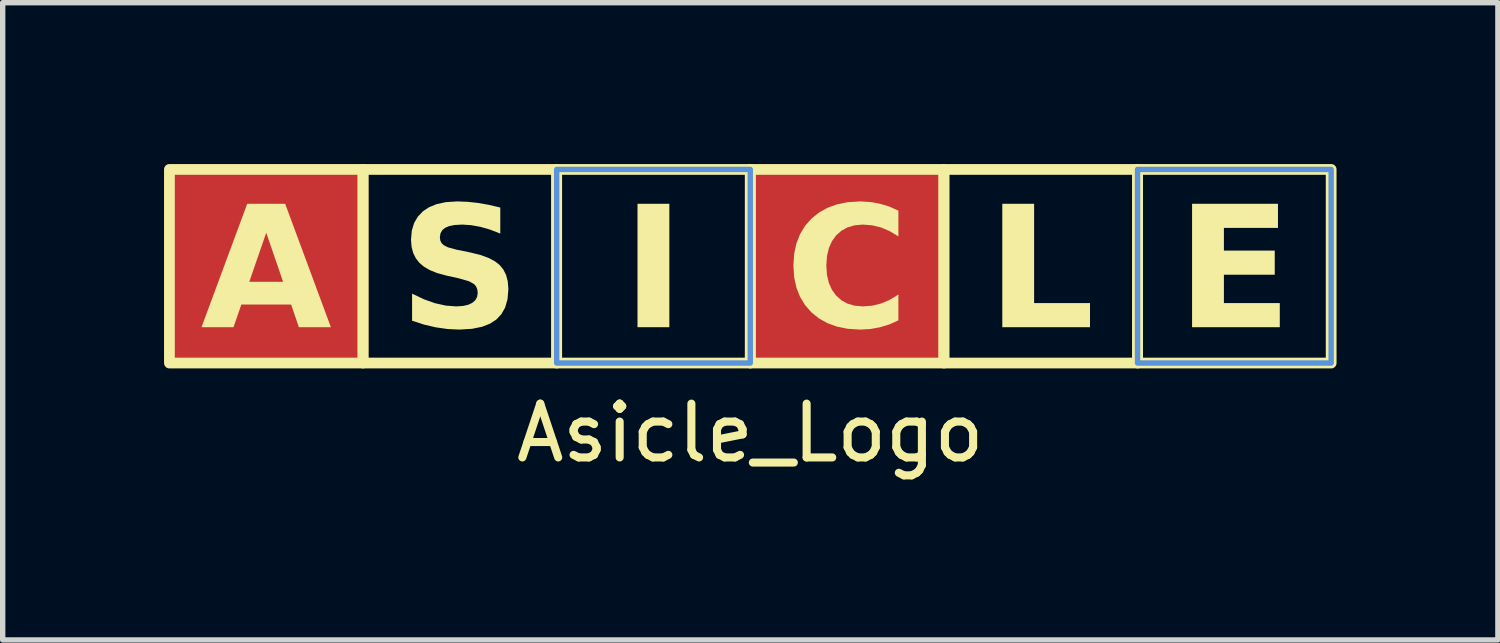
<source format=kicad_pcb>
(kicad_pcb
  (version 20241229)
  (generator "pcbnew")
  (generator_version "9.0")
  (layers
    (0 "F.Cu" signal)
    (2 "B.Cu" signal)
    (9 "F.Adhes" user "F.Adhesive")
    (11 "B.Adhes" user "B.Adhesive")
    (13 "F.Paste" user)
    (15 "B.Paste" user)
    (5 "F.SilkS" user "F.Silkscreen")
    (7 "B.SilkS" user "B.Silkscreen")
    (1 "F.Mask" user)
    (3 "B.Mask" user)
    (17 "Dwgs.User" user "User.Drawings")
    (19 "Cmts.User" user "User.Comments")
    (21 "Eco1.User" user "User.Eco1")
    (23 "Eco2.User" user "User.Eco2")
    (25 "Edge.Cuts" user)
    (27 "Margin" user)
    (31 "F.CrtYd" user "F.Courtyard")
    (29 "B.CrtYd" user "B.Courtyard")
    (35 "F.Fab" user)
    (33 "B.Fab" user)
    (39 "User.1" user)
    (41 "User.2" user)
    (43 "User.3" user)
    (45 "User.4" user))
  (footprint "Asicle_Logo"
    (layer "F.Cu")
    (at 10.9 2)
    (property "Reference" "Asicle_Logo" (at 0 3 0) (layer "F.SilkS") (effects (font (size 1 1) (thickness 0.15))))
    (fp_rect (start -10.8 -1.9) (end -7.2 1.7) (stroke (width 0) (type solid)) (fill yes) (layer "F.Cu"))
    (fp_rect (start -10.8 -1.9) (end 10.8 1.7) (stroke (width 0.05) (type default)) (fill no) (layer "F.Cu"))
    (fp_rect (start 0 -1.9) (end 3.6 1.7) (stroke (width 0) (type solid)) (fill yes) (layer "F.Cu"))
    (fp_rect (start -7.2 -1.9) (end -3.6 1.7) (stroke (width 0) (type solid)) (fill yes) (layer "F.Mask"))
    (fp_rect (start 0 -1.9) (end 3.6 1.7) (stroke (width 0) (type solid)) (fill yes) (layer "F.Mask"))
    (fp_rect (start 3.6 -1.9) (end 7.2 1.7) (stroke (width 0) (type solid)) (fill yes) (layer "F.Mask"))
    (fp_rect (start -10.8 -1.9) (end -7.2 1.7) (stroke (width 0.2) (type default)) (fill no) (layer "F.SilkS"))
    (fp_rect (start -7.2 -1.9) (end -3.6 1.7) (stroke (width 0.2) (type default)) (fill no) (layer "F.SilkS"))
    (fp_rect (start -3.6 -1.9) (end 0 1.7) (stroke (width 0.2) (type default)) (fill no) (layer "F.SilkS"))
    (fp_rect (start 0 -1.9) (end 3.6 1.7) (stroke (width 0.2) (type default)) (fill no) (layer "F.SilkS"))
    (fp_rect (start 3.6 -1.9) (end 7.2 1.7) (stroke (width 0.2) (type default)) (fill no) (layer "F.SilkS"))
    (fp_rect (start 7.2 -1.9) (end 10.8 1.7) (stroke (width 0.2) (type default)) (fill no) (layer "F.SilkS"))
    (fp_rect (start -3.6 -1.9) (end 0 1.7) (stroke (width 0.1) (type solid)) (fill no) (layer "Cmts.User"))
    (fp_rect (start 7.2 -1.9) (end 10.8 1.7) (stroke (width 0.1) (type solid)) (fill no) (layer "Cmts.User"))
    (fp_text user "L" (at 5.4 0.1 0) (unlocked yes) (layer "F.SilkS") (effects (font (face "Roboto Black") (size 2.25 2.25) (thickness 0.4) (bold yes))))
    (fp_text user "C" (at 1.8 0.1 0) (unlocked yes) (layer "F.SilkS") (effects (font (face "Roboto Black") (size 2.25 2.25) (thickness 0.4) (bold yes))))
    (fp_text user "S" (at -5.4 0.1 0) (unlocked yes) (layer "F.SilkS") (effects (font (face "Roboto Black") (size 2.25 2.25) (thickness 0.4) (bold yes))))
    (fp_text user "E" (at 9 0.1 0) (unlocked yes) (layer "F.SilkS") (effects (font (face "Roboto Black") (size 2.25 2.25) (thickness 0.4) (bold yes))))
    (fp_text user "I" (at -1.8 0.1 0) (unlocked yes) (layer "F.SilkS") (effects (font (face "Roboto Black") (size 2.25 2.25) (thickness 0.4) (bold yes))))
    (fp_text user "A" (at -9 0.1 0) (unlocked yes) (layer "F.SilkS") (effects (font (face "Roboto Black") (size 2.25 2.25) (thickness 0.4) (bold yes)))))
  (gr_rect
    (start -3 -3)
    (end 24.8 8.848)
    (stroke (width 0.1) (type default))
    (fill no)
    (layer "Edge.Cuts")))
</source>
